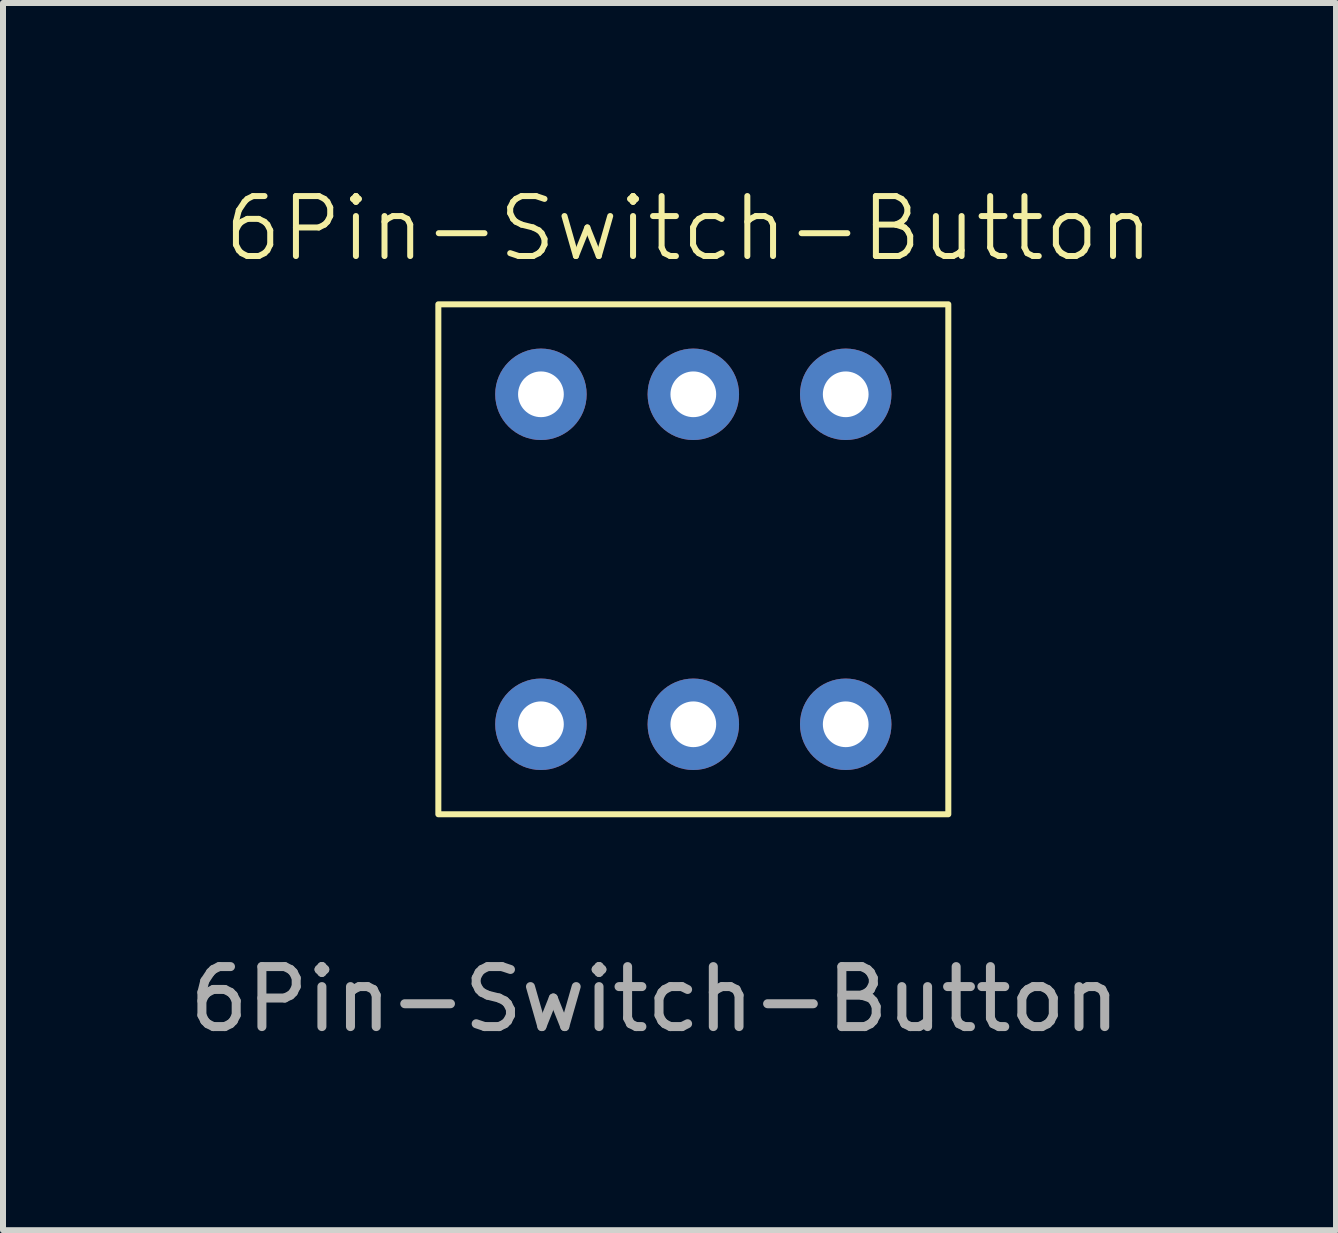
<source format=kicad_pcb>
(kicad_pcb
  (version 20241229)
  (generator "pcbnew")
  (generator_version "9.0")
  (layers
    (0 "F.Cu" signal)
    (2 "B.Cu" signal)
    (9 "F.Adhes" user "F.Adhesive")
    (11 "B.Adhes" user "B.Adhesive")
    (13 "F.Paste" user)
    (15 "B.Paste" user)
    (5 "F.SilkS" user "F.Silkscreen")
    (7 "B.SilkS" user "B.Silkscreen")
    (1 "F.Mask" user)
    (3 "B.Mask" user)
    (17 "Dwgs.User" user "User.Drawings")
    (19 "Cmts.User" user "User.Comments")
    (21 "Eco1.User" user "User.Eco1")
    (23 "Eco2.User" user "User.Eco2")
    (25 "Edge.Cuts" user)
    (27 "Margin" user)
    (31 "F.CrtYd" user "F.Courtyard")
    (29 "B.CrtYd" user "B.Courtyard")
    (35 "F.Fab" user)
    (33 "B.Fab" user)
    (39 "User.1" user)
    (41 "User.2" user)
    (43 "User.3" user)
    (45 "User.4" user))
  (footprint "6Pin-Switch-Button"
    (layer "F.Cu")
    (at 8.506 6.272)
    (property "Reference" "6Pin-Switch-Button" (at -0.076 -5.512 0) (unlocked yes) (layer "F.SilkS") (effects (font (size 1 1) (thickness 0.1))))
    (attr through_hole)
    (fp_rect (start -4.25 -4.25) (end 4.25 4.25) (stroke (width 0.1) (type default)) (fill no) (layer "F.SilkS"))
    (fp_text user "${REFERENCE}" (at -0.643 7.334 0) (unlocked yes) (layer "F.Fab") (effects (font (size 1 1) (thickness 0.15))))
    (pad "" thru_hole circle (at -2.54 2.75) (size 1.524 1.524) (drill 0.762) (layers "*.Cu" "*.Mask"))
    (pad "" thru_hole circle (at 0 2.75) (size 1.524 1.524) (drill 0.762) (layers "*.Cu" "*.Mask"))
    (pad "" thru_hole circle (at 2.54 -2.75) (size 1.524 1.524) (drill 0.762) (layers "*.Cu" "*.Mask"))
    (pad "" thru_hole circle (at 2.54 2.75) (size 1.524 1.524) (drill 0.762) (layers "*.Cu" "*.Mask"))
    (pad "1" thru_hole circle (at -2.54 -2.75) (size 1.524 1.524) (drill 0.762) (layers "*.Cu" "*.Mask"))
    (pad "2" thru_hole circle (at 0 -2.75) (size 1.524 1.524) (drill 0.762) (layers "*.Cu" "*.Mask")))
  (gr_rect
    (start -3 -3)
    (end 19.218 17.454)
    (stroke (width 0.1) (type default))
    (fill no)
    (layer "Edge.Cuts")))
</source>
